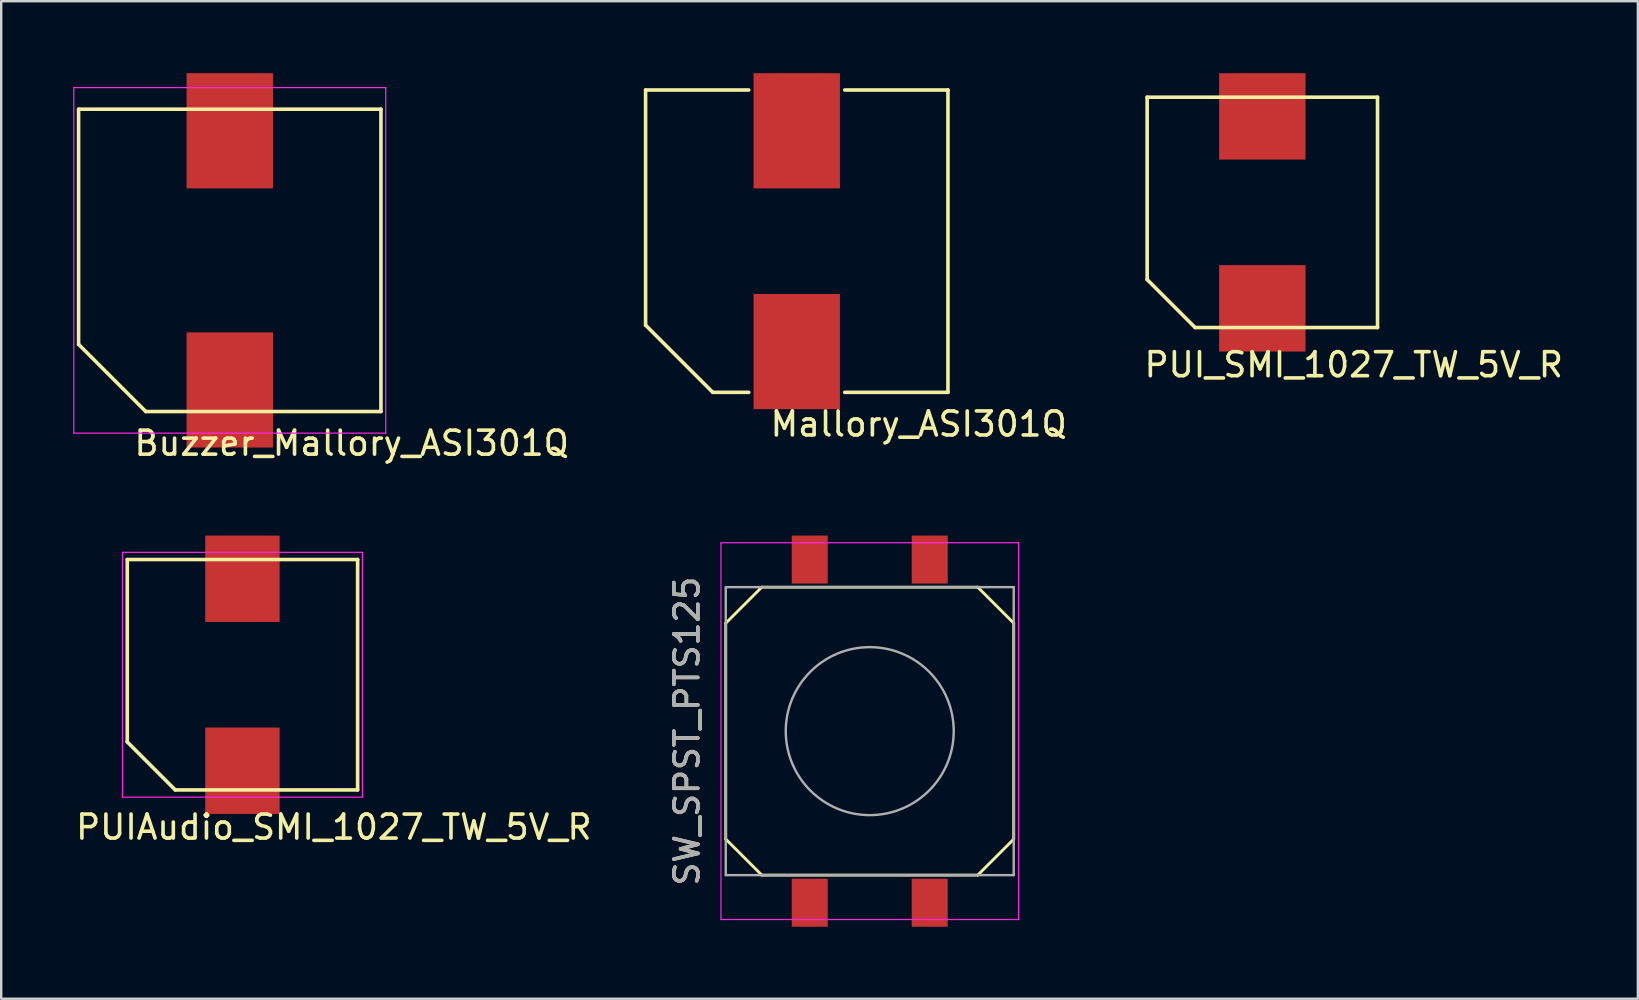
<source format=kicad_pcb>
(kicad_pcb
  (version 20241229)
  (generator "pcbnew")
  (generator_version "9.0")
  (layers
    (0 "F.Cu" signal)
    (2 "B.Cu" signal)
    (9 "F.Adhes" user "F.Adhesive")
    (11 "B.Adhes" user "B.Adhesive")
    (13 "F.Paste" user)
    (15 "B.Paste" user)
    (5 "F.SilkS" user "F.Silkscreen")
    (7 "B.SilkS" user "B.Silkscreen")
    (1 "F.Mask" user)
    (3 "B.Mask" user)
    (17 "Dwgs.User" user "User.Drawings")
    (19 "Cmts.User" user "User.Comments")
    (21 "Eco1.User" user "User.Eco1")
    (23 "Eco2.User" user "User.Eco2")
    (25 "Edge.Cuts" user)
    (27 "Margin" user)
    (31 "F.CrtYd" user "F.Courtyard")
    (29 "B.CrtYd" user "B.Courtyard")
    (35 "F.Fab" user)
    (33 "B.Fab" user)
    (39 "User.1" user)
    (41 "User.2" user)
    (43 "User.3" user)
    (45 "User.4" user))
  (footprint "Buzzer_Mallory_ASI301Q"
    (layer "F.Cu")
    (at 6.525 7.8)
    (property "Reference" "Buzzer_Mallory_ASI301Q" (at 5.08 7.62 0) (layer "F.SilkS") (effects (font (size 1 1) (thickness 0.15))))
    (attr through_hole)
    (fp_line (start -6.3 -6.3) (end 6.3 -6.3) (stroke (width 0.15) (type solid)) (layer "F.SilkS"))
    (fp_line (start -6.3 3.5) (end -6.3 -6.3) (stroke (width 0.15) (type solid)) (layer "F.SilkS"))
    (fp_line (start -3.5 6.3) (end -6.3 3.5) (stroke (width 0.15) (type solid)) (layer "F.SilkS"))
    (fp_line (start 6.3 -6.3) (end 6.3 6.3) (stroke (width 0.15) (type solid)) (layer "F.SilkS"))
    (fp_line (start 6.3 6.3) (end -3.5 6.3) (stroke (width 0.15) (type solid)) (layer "F.SilkS"))
    (fp_line (start -6.5 -7.2) (end 6.5 -7.2) (stroke (width 0.05) (type solid)) (layer "F.CrtYd"))
    (fp_line (start -6.5 7.2) (end -6.5 -7.2) (stroke (width 0.05) (type solid)) (layer "F.CrtYd"))
    (fp_line (start 6.5 -7.2) (end 6.5 7.2) (stroke (width 0.05) (type solid)) (layer "F.CrtYd"))
    (fp_line (start 6.5 7.2) (end -6.5 7.2) (stroke (width 0.05) (type solid)) (layer "F.CrtYd"))
    (pad "1" smd rect (at 0 -5.4) (size 3.6 4.8) (layers "F.Cu" "F.Mask" "F.Paste"))
    (pad "2" smd rect (at 0 5.4) (size 3.6 4.8) (layers "F.Cu" "F.Mask" "F.Paste")))
  (footprint "PUIAudio_SMI_1027_TW_5V_R"
    (layer "F.Cu")
    (at 7.053 25.068)
    (property "Reference" "PUIAudio_SMI_1027_TW_5V_R" (at 3.81 6.35 0) (layer "F.SilkS") (effects (font (size 1 1) (thickness 0.15))))
    (attr through_hole)
    (fp_line (start -4.8 -4.8) (end 4.8 -4.8) (stroke (width 0.15) (type solid)) (layer "F.SilkS"))
    (fp_line (start -4.8 2.8) (end -4.8 -4.8) (stroke (width 0.15) (type solid)) (layer "F.SilkS"))
    (fp_line (start -2.8 4.8) (end -4.8 2.8) (stroke (width 0.15) (type solid)) (layer "F.SilkS"))
    (fp_line (start 4.8 -4.8) (end 4.8 4.8) (stroke (width 0.15) (type solid)) (layer "F.SilkS"))
    (fp_line (start 4.8 4.8) (end -2.8 4.8) (stroke (width 0.15) (type solid)) (layer "F.SilkS"))
    (fp_line (start -5 -5.1) (end 5 -5.1) (stroke (width 0.05) (type solid)) (layer "F.CrtYd"))
    (fp_line (start -5 5.1) (end -5 -5.1) (stroke (width 0.05) (type solid)) (layer "F.CrtYd"))
    (fp_line (start 5 -5.1) (end 5 5.1) (stroke (width 0.05) (type solid)) (layer "F.CrtYd"))
    (fp_line (start 5 5.1) (end -5 5.1) (stroke (width 0.05) (type solid)) (layer "F.CrtYd"))
    (pad "1" smd rect (at 0 -4) (size 3.1 3.6) (layers "F.Cu" "F.Mask" "F.Paste"))
    (pad "2" smd rect (at 0 4) (size 3.1 3.6) (layers "F.Cu" "F.Mask" "F.Paste")))
  (footprint "SW_SPST_PTS125"
    (layer "F.Cu")
    (at 33.194 27.418)
    (property "Reference" "SW_SPST_PTS125" (at -7.62 0 90) (layer "F.SilkS") (effects (font (size 1 1) (thickness 0.15))))
    (attr smd)
    (fp_line (start -6 4.5) (end -6 -4.5) (stroke (width 0.12) (type solid)) (layer "F.SilkS"))
    (fp_line (start -6 4.5) (end -4.5 6) (stroke (width 0.12) (type solid)) (layer "F.SilkS"))
    (fp_line (start -4.5 -6) (end -6 -4.5) (stroke (width 0.12) (type solid)) (layer "F.SilkS"))
    (fp_line (start -4.5 -6) (end 4.5 -6) (stroke (width 0.12) (type solid)) (layer "F.SilkS"))
    (fp_line (start 4.5 -6) (end 6 -4.5) (stroke (width 0.12) (type solid)) (layer "F.SilkS"))
    (fp_line (start 4.5 6) (end -4.5 6) (stroke (width 0.12) (type solid)) (layer "F.SilkS"))
    (fp_line (start 4.5 6) (end 6 4.5) (stroke (width 0.12) (type solid)) (layer "F.SilkS"))
    (fp_line (start 6 4.5) (end 6 -4.5) (stroke (width 0.12) (type solid)) (layer "F.SilkS"))
    (fp_line (start -6.2 -7.85) (end 6.2 -7.85) (stroke (width 0.05) (type solid)) (layer "F.CrtYd"))
    (fp_line (start -6.2 7.85) (end -6.2 -7.85) (stroke (width 0.05) (type solid)) (layer "F.CrtYd"))
    (fp_line (start 6.2 -7.85) (end 6.2 7.85) (stroke (width 0.05) (type solid)) (layer "F.CrtYd"))
    (fp_line (start 6.2 7.85) (end -6.2 7.85) (stroke (width 0.05) (type solid)) (layer "F.CrtYd"))
    (fp_line (start -6 -6) (end 6 -6) (stroke (width 0.1) (type solid)) (layer "F.Fab"))
    (fp_line (start -6 6) (end -6 -6) (stroke (width 0.1) (type solid)) (layer "F.Fab"))
    (fp_line (start 6 -6) (end 6 6) (stroke (width 0.1) (type solid)) (layer "F.Fab"))
    (fp_line (start 6 6) (end -6 6) (stroke (width 0.1) (type solid)) (layer "F.Fab"))
    (fp_circle (center 0 0) (end 3.5 0) (stroke (width 0.1) (type solid)) (fill no) (layer "F.Fab"))
    (fp_text user "${REFERENCE}" (at -7.62 0 90) (layer "F.Fab") (effects (font (size 1 1) (thickness 0.15))))
    (pad "1" smd rect (at -2.5 -7.15 90) (size 2 1.5) (layers "F.Cu" "F.Mask" "F.Paste"))
    (pad "1" smd rect (at -2.5 7.15 90) (size 2 1.5) (layers "F.Cu" "F.Mask" "F.Paste"))
    (pad "2" smd rect (at 2.5 -7.15 90) (size 2 1.5) (layers "F.Cu" "F.Mask" "F.Paste"))
    (pad "2" smd rect (at 2.5 7.15 90) (size 2 1.5) (layers "F.Cu" "F.Mask" "F.Paste")))
  (footprint "Mallory_ASI301Q"
    (layer "F.Cu")
    (at 30.153 7)
    (property "Reference" "Mallory_ASI301Q" (at 5.08 7.62 0) (layer "F.SilkS") (effects (font (size 1 1) (thickness 0.15))))
    (attr through_hole)
    (fp_line (start -6.3 -6.3) (end -2 -6.3) (stroke (width 0.15) (type solid)) (layer "F.SilkS"))
    (fp_line (start -6.3 3.5) (end -6.3 -6.3) (stroke (width 0.15) (type solid)) (layer "F.SilkS"))
    (fp_line (start -3.5 6.3) (end -6.3 3.5) (stroke (width 0.15) (type solid)) (layer "F.SilkS"))
    (fp_line (start -3.5 6.3) (end -2 6.3) (stroke (width 0.15) (type solid)) (layer "F.SilkS"))
    (fp_line (start 6.3 -6.3) (end 2 -6.3) (stroke (width 0.15) (type solid)) (layer "F.SilkS"))
    (fp_line (start 6.3 -6.3) (end 6.3 6.3) (stroke (width 0.15) (type solid)) (layer "F.SilkS"))
    (fp_line (start 6.3 6.3) (end 2 6.3) (stroke (width 0.15) (type solid)) (layer "F.SilkS"))
    (pad "1" smd rect (at 0 -4.6) (size 3.6 4.8) (layers "F.Cu" "F.Mask" "F.Paste"))
    (pad "2" smd rect (at 0 4.6) (size 3.6 4.8) (layers "F.Cu" "F.Mask" "F.Paste")))
  (footprint "PUI_SMI_1027_TW_5V_R"
    (layer "F.Cu")
    (at 49.554 5.8)
    (property "Reference" "PUI_SMI_1027_TW_5V_R" (at 3.81 6.35 0) (layer "F.SilkS") (effects (font (size 1 1) (thickness 0.15))))
    (attr through_hole)
    (fp_line (start -4.8 -4.8) (end 4.8 -4.8) (stroke (width 0.15) (type solid)) (layer "F.SilkS"))
    (fp_line (start -4.8 2.8) (end -4.8 -4.8) (stroke (width 0.15) (type solid)) (layer "F.SilkS"))
    (fp_line (start -2.8 4.8) (end -4.8 2.8) (stroke (width 0.15) (type solid)) (layer "F.SilkS"))
    (fp_line (start 4.8 -4.8) (end 4.8 4.8) (stroke (width 0.15) (type solid)) (layer "F.SilkS"))
    (fp_line (start 4.8 4.8) (end -2.8 4.8) (stroke (width 0.15) (type solid)) (layer "F.SilkS"))
    (pad "1" smd rect (at 0 -4) (size 3.6 3.6) (layers "F.Cu" "F.Mask" "F.Paste"))
    (pad "2" smd rect (at 0 4) (size 3.6 3.6) (layers "F.Cu" "F.Mask" "F.Paste")))
  (gr_rect
    (start -3 -3)
    (end 65.203 38.568)
    (stroke (width 0.1) (type default))
    (fill no)
    (layer "Edge.Cuts")))
</source>
